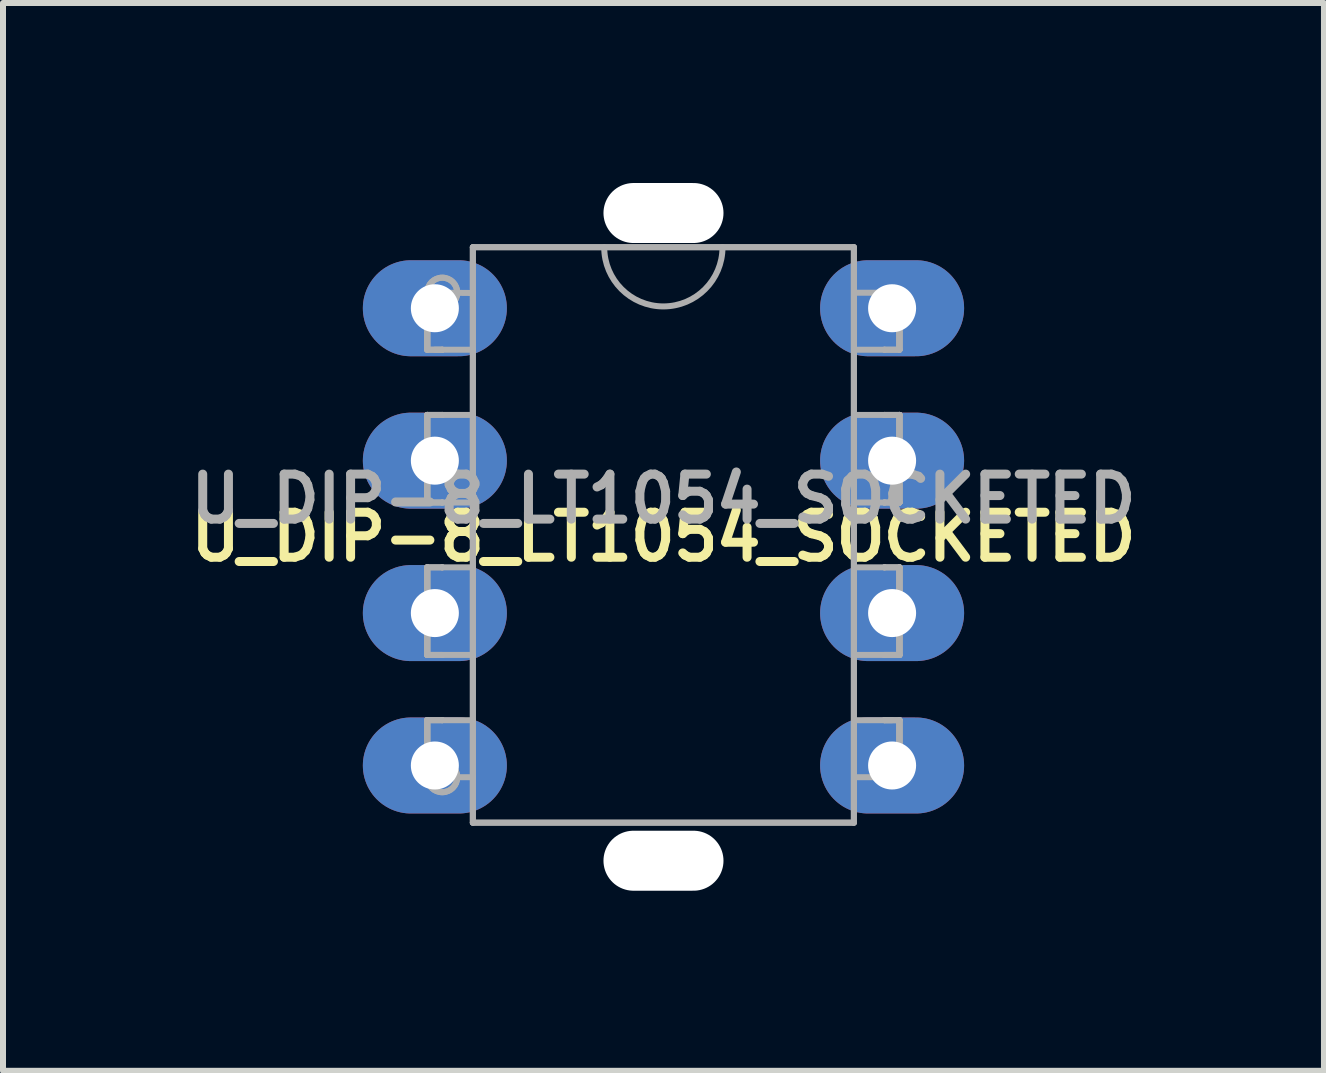
<source format=kicad_pcb>
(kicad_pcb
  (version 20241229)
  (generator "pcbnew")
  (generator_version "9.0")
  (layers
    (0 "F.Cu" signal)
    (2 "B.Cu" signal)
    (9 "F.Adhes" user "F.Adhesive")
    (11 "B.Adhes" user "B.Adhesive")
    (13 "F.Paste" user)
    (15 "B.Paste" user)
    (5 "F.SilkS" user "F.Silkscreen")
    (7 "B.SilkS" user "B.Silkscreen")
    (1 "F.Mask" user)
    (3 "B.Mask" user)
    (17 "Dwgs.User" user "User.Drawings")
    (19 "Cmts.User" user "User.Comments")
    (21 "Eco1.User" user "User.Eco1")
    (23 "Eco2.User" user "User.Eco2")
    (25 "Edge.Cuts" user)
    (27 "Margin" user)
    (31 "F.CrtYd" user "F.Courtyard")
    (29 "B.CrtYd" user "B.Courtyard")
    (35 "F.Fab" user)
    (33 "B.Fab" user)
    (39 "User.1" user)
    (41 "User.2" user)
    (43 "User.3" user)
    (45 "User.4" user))
  (footprint "U_DIP-8_LT1054_SOCKETED"
    (layer "F.Cu")
    (at 8.007 5.897)
    (property "Reference" "U_DIP-8_LT1054_SOCKETED" (at 0 0 0) (layer "F.SilkS") (effects (font (size 0.75 0.75) (thickness 0.15))))
    (attr through_hole)
    (fp_line (start -3.937 -4.069) (end -3.937 -4.069) (stroke (width 0.1) (type solid)) (layer "F.Fab"))
    (fp_line (start -3.937 -4.069) (end -3.937 -4.069) (stroke (width 0.1) (type solid)) (layer "F.Fab"))
    (fp_line (start -3.937 -4.069) (end -3.937 -3.956) (stroke (width 0.1) (type solid)) (layer "F.Fab"))
    (fp_line (start -3.937 -4.069) (end -3.937 -3.956) (stroke (width 0.1) (type solid)) (layer "F.Fab"))
    (fp_line (start -3.937 -4.069) (end -3.937 -3.119) (stroke (width 0.1) (type solid)) (layer "F.Fab"))
    (fp_line (start -3.937 -4.069) (end -3.937 -3.119) (stroke (width 0.1) (type solid)) (layer "F.Fab"))
    (fp_line (start -3.937 -3.956) (end -3.937 -3.728) (stroke (width 0.1) (type solid)) (layer "F.Fab"))
    (fp_line (start -3.937 -3.956) (end -3.937 -3.728) (stroke (width 0.1) (type solid)) (layer "F.Fab"))
    (fp_line (start -3.937 -3.728) (end -3.937 -3.615) (stroke (width 0.1) (type solid)) (layer "F.Fab"))
    (fp_line (start -3.937 -3.728) (end -3.937 -3.615) (stroke (width 0.1) (type solid)) (layer "F.Fab"))
    (fp_line (start -3.937 -3.615) (end -3.937 -3.615) (stroke (width 0.1) (type solid)) (layer "F.Fab"))
    (fp_line (start -3.937 -3.615) (end -3.937 -3.615) (stroke (width 0.1) (type solid)) (layer "F.Fab"))
    (fp_line (start -3.937 -3.615) (end -3.937 -3.119) (stroke (width 0.1) (type solid)) (layer "F.Fab"))
    (fp_line (start -3.937 -3.615) (end -3.937 -3.119) (stroke (width 0.1) (type solid)) (layer "F.Fab"))
    (fp_line (start -3.937 -3.119) (end -3.937 -3.119) (stroke (width 0.1) (type solid)) (layer "F.Fab"))
    (fp_line (start -3.937 -3.119) (end -3.937 -3.119) (stroke (width 0.1) (type solid)) (layer "F.Fab"))
    (fp_line (start -3.937 -2.032) (end -3.937 -2.032) (stroke (width 0.1) (type solid)) (layer "F.Fab"))
    (fp_line (start -3.937 -2.032) (end -3.937 -2.032) (stroke (width 0.1) (type solid)) (layer "F.Fab"))
    (fp_line (start -3.937 -2.032) (end -3.937 -0.572) (stroke (width 0.1) (type solid)) (layer "F.Fab"))
    (fp_line (start -3.937 -2.032) (end -3.937 -0.572) (stroke (width 0.1) (type solid)) (layer "F.Fab"))
    (fp_line (start -3.937 -1.53) (end -3.937 -2.032) (stroke (width 0.1) (type solid)) (layer "F.Fab"))
    (fp_line (start -3.937 -1.53) (end -3.937 -2.032) (stroke (width 0.1) (type solid)) (layer "F.Fab"))
    (fp_line (start -3.937 -1.53) (end -3.937 -1.53) (stroke (width 0.1) (type solid)) (layer "F.Fab"))
    (fp_line (start -3.937 -1.53) (end -3.937 -1.53) (stroke (width 0.1) (type solid)) (layer "F.Fab"))
    (fp_line (start -3.937 -1.53) (end -3.937 -1.416) (stroke (width 0.1) (type solid)) (layer "F.Fab"))
    (fp_line (start -3.937 -1.53) (end -3.937 -1.416) (stroke (width 0.1) (type solid)) (layer "F.Fab"))
    (fp_line (start -3.937 -1.416) (end -3.937 -1.188) (stroke (width 0.1) (type solid)) (layer "F.Fab"))
    (fp_line (start -3.937 -1.416) (end -3.937 -1.188) (stroke (width 0.1) (type solid)) (layer "F.Fab"))
    (fp_line (start -3.937 -1.188) (end -3.937 -1.075) (stroke (width 0.1) (type solid)) (layer "F.Fab"))
    (fp_line (start -3.937 -1.188) (end -3.937 -1.075) (stroke (width 0.1) (type solid)) (layer "F.Fab"))
    (fp_line (start -3.937 -1.075) (end -3.937 -1.075) (stroke (width 0.1) (type solid)) (layer "F.Fab"))
    (fp_line (start -3.937 -1.075) (end -3.937 -1.075) (stroke (width 0.1) (type solid)) (layer "F.Fab"))
    (fp_line (start -3.937 -1.075) (end -3.937 -0.572) (stroke (width 0.1) (type solid)) (layer "F.Fab"))
    (fp_line (start -3.937 -1.075) (end -3.937 -0.572) (stroke (width 0.1) (type solid)) (layer "F.Fab"))
    (fp_line (start -3.937 -0.572) (end -3.937 -0.572) (stroke (width 0.1) (type solid)) (layer "F.Fab"))
    (fp_line (start -3.937 -0.572) (end -3.937 -0.572) (stroke (width 0.1) (type solid)) (layer "F.Fab"))
    (fp_line (start -3.937 0.508) (end -3.937 0.508) (stroke (width 0.1) (type solid)) (layer "F.Fab"))
    (fp_line (start -3.937 0.508) (end -3.937 0.508) (stroke (width 0.1) (type solid)) (layer "F.Fab"))
    (fp_line (start -3.937 0.508) (end -3.937 1.968) (stroke (width 0.1) (type solid)) (layer "F.Fab"))
    (fp_line (start -3.937 0.508) (end -3.937 1.968) (stroke (width 0.1) (type solid)) (layer "F.Fab"))
    (fp_line (start -3.937 1.01) (end -3.937 0.508) (stroke (width 0.1) (type solid)) (layer "F.Fab"))
    (fp_line (start -3.937 1.01) (end -3.937 0.508) (stroke (width 0.1) (type solid)) (layer "F.Fab"))
    (fp_line (start -3.937 1.01) (end -3.937 1.01) (stroke (width 0.1) (type solid)) (layer "F.Fab"))
    (fp_line (start -3.937 1.01) (end -3.937 1.01) (stroke (width 0.1) (type solid)) (layer "F.Fab"))
    (fp_line (start -3.937 1.01) (end -3.937 1.124) (stroke (width 0.1) (type solid)) (layer "F.Fab"))
    (fp_line (start -3.937 1.01) (end -3.937 1.124) (stroke (width 0.1) (type solid)) (layer "F.Fab"))
    (fp_line (start -3.937 1.124) (end -3.937 1.352) (stroke (width 0.1) (type solid)) (layer "F.Fab"))
    (fp_line (start -3.937 1.124) (end -3.937 1.352) (stroke (width 0.1) (type solid)) (layer "F.Fab"))
    (fp_line (start -3.937 1.352) (end -3.937 1.466) (stroke (width 0.1) (type solid)) (layer "F.Fab"))
    (fp_line (start -3.937 1.352) (end -3.937 1.466) (stroke (width 0.1) (type solid)) (layer "F.Fab"))
    (fp_line (start -3.937 1.466) (end -3.937 1.466) (stroke (width 0.1) (type solid)) (layer "F.Fab"))
    (fp_line (start -3.937 1.466) (end -3.937 1.466) (stroke (width 0.1) (type solid)) (layer "F.Fab"))
    (fp_line (start -3.937 1.466) (end -3.937 1.968) (stroke (width 0.1) (type solid)) (layer "F.Fab"))
    (fp_line (start -3.937 1.466) (end -3.937 1.968) (stroke (width 0.1) (type solid)) (layer "F.Fab"))
    (fp_line (start -3.937 1.968) (end -3.937 1.968) (stroke (width 0.1) (type solid)) (layer "F.Fab"))
    (fp_line (start -3.937 1.968) (end -3.937 1.968) (stroke (width 0.1) (type solid)) (layer "F.Fab"))
    (fp_line (start -3.937 3.055) (end -3.937 3.055) (stroke (width 0.1) (type solid)) (layer "F.Fab"))
    (fp_line (start -3.937 3.055) (end -3.937 3.055) (stroke (width 0.1) (type solid)) (layer "F.Fab"))
    (fp_line (start -3.937 3.55) (end -3.937 3.055) (stroke (width 0.1) (type solid)) (layer "F.Fab"))
    (fp_line (start -3.937 3.55) (end -3.937 3.055) (stroke (width 0.1) (type solid)) (layer "F.Fab"))
    (fp_line (start -3.937 3.55) (end -3.937 3.55) (stroke (width 0.1) (type solid)) (layer "F.Fab"))
    (fp_line (start -3.937 3.55) (end -3.937 3.55) (stroke (width 0.1) (type solid)) (layer "F.Fab"))
    (fp_line (start -3.937 3.664) (end -3.937 3.55) (stroke (width 0.1) (type solid)) (layer "F.Fab"))
    (fp_line (start -3.937 3.664) (end -3.937 3.55) (stroke (width 0.1) (type solid)) (layer "F.Fab"))
    (fp_line (start -3.937 3.892) (end -3.937 3.664) (stroke (width 0.1) (type solid)) (layer "F.Fab"))
    (fp_line (start -3.937 3.892) (end -3.937 3.664) (stroke (width 0.1) (type solid)) (layer "F.Fab"))
    (fp_line (start -3.937 4.005) (end -3.937 3.055) (stroke (width 0.1) (type solid)) (layer "F.Fab"))
    (fp_line (start -3.937 4.005) (end -3.937 3.055) (stroke (width 0.1) (type solid)) (layer "F.Fab"))
    (fp_line (start -3.937 4.005) (end -3.937 3.892) (stroke (width 0.1) (type solid)) (layer "F.Fab"))
    (fp_line (start -3.937 4.005) (end -3.937 3.892) (stroke (width 0.1) (type solid)) (layer "F.Fab"))
    (fp_line (start -3.937 4.005) (end -3.937 4.005) (stroke (width 0.1) (type solid)) (layer "F.Fab"))
    (fp_line (start -3.937 4.005) (end -3.937 4.005) (stroke (width 0.1) (type solid)) (layer "F.Fab"))
    (fp_line (start -3.81 -3.119) (end -3.175 -3.119) (stroke (width 0.1) (type solid)) (layer "F.Fab"))
    (fp_line (start -3.687 -4.069) (end -3.937 -4.069) (stroke (width 0.1) (type solid)) (layer "F.Fab"))
    (fp_line (start -3.687 -4.069) (end -3.937 -4.069) (stroke (width 0.1) (type solid)) (layer "F.Fab"))
    (fp_line (start -3.687 -4.069) (end -3.175 -4.064) (stroke (width 0.1) (type solid)) (layer "F.Fab"))
    (fp_line (start -3.687 -3.119) (end -3.937 -3.119) (stroke (width 0.1) (type solid)) (layer "F.Fab"))
    (fp_line (start -3.687 -3.119) (end -3.937 -3.119) (stroke (width 0.1) (type solid)) (layer "F.Fab"))
    (fp_line (start -3.687 -3.119) (end -3.687 -3.119) (stroke (width 0.1) (type solid)) (layer "F.Fab"))
    (fp_line (start -3.687 -3.119) (end -3.687 -3.119) (stroke (width 0.1) (type solid)) (layer "F.Fab"))
    (fp_line (start -3.687 -2.032) (end -3.937 -2.032) (stroke (width 0.1) (type solid)) (layer "F.Fab"))
    (fp_line (start -3.687 -2.032) (end -3.937 -2.032) (stroke (width 0.1) (type solid)) (layer "F.Fab"))
    (fp_line (start -3.687 -2.032) (end -3.687 -2.032) (stroke (width 0.1) (type solid)) (layer "F.Fab"))
    (fp_line (start -3.687 -2.032) (end -3.687 -2.032) (stroke (width 0.1) (type solid)) (layer "F.Fab"))
    (fp_line (start -3.687 -2.032) (end -3.175 -2.032) (stroke (width 0.1) (type solid)) (layer "F.Fab"))
    (fp_line (start -3.687 -0.572) (end -3.937 -0.572) (stroke (width 0.1) (type solid)) (layer "F.Fab"))
    (fp_line (start -3.687 -0.572) (end -3.937 -0.572) (stroke (width 0.1) (type solid)) (layer "F.Fab"))
    (fp_line (start -3.687 -0.572) (end -3.687 -0.572) (stroke (width 0.1) (type solid)) (layer "F.Fab"))
    (fp_line (start -3.687 -0.572) (end -3.687 -0.572) (stroke (width 0.1) (type solid)) (layer "F.Fab"))
    (fp_line (start -3.687 -0.572) (end -3.175 -0.572) (stroke (width 0.1) (type solid)) (layer "F.Fab"))
    (fp_line (start -3.687 0.508) (end -3.937 0.508) (stroke (width 0.1) (type solid)) (layer "F.Fab"))
    (fp_line (start -3.687 0.508) (end -3.937 0.508) (stroke (width 0.1) (type solid)) (layer "F.Fab"))
    (fp_line (start -3.687 0.508) (end -3.687 0.508) (stroke (width 0.1) (type solid)) (layer "F.Fab"))
    (fp_line (start -3.687 0.508) (end -3.687 0.508) (stroke (width 0.1) (type solid)) (layer "F.Fab"))
    (fp_line (start -3.687 0.508) (end -3.175 0.508) (stroke (width 0.1) (type solid)) (layer "F.Fab"))
    (fp_line (start -3.687 1.968) (end -3.937 1.968) (stroke (width 0.1) (type solid)) (layer "F.Fab"))
    (fp_line (start -3.687 1.968) (end -3.937 1.968) (stroke (width 0.1) (type solid)) (layer "F.Fab"))
    (fp_line (start -3.687 1.968) (end -3.687 1.968) (stroke (width 0.1) (type solid)) (layer "F.Fab"))
    (fp_line (start -3.687 1.968) (end -3.687 1.968) (stroke (width 0.1) (type solid)) (layer "F.Fab"))
    (fp_line (start -3.687 1.968) (end -3.175 1.968) (stroke (width 0.1) (type solid)) (layer "F.Fab"))
    (fp_line (start -3.687 3.055) (end -3.937 3.055) (stroke (width 0.1) (type solid)) (layer "F.Fab"))
    (fp_line (start -3.687 3.055) (end -3.937 3.055) (stroke (width 0.1) (type solid)) (layer "F.Fab"))
    (fp_line (start -3.687 3.055) (end -3.687 3.055) (stroke (width 0.1) (type solid)) (layer "F.Fab"))
    (fp_line (start -3.687 3.055) (end -3.687 3.055) (stroke (width 0.1) (type solid)) (layer "F.Fab"))
    (fp_line (start -3.687 3.055) (end -3.175 3.055) (stroke (width 0.1) (type solid)) (layer "F.Fab"))
    (fp_line (start -3.687 4.005) (end -3.937 4.005) (stroke (width 0.1) (type solid)) (layer "F.Fab"))
    (fp_line (start -3.687 4.005) (end -3.937 4.005) (stroke (width 0.1) (type solid)) (layer "F.Fab"))
    (fp_line (start -3.687 4.005) (end -3.687 4.005) (stroke (width 0.1) (type solid)) (layer "F.Fab"))
    (fp_line (start -3.687 4.005) (end -3.687 4.005) (stroke (width 0.1) (type solid)) (layer "F.Fab"))
    (fp_line (start -3.687 4.005) (end -3.175 4.005) (stroke (width 0.1) (type solid)) (layer "F.Fab"))
    (fp_line (start -3.177 -4.827) (end -3.177 4.763) (stroke (width 0.1) (type solid)) (layer "F.Fab"))
    (fp_line (start -3.177 -4.827) (end -3.177 4.763) (stroke (width 0.1) (type solid)) (layer "F.Fab"))
    (fp_line (start -3.177 4.763) (end 3.173 4.763) (stroke (width 0.1) (type solid)) (layer "F.Fab"))
    (fp_line (start -3.177 4.763) (end 3.173 4.763) (stroke (width 0.1) (type solid)) (layer "F.Fab"))
    (fp_line (start 3.173 -4.827) (end -3.177 -4.827) (stroke (width 0.1) (type solid)) (layer "F.Fab"))
    (fp_line (start 3.173 -4.827) (end -3.177 -4.827) (stroke (width 0.1) (type solid)) (layer "F.Fab"))
    (fp_line (start 3.173 4.763) (end 3.173 -4.827) (stroke (width 0.1) (type solid)) (layer "F.Fab"))
    (fp_line (start 3.173 4.763) (end 3.173 -4.827) (stroke (width 0.1) (type solid)) (layer "F.Fab"))
    (fp_line (start 3.175 -3.119) (end 3.933 -3.119) (stroke (width 0.1) (type solid)) (layer "F.Fab"))
    (fp_line (start 3.175 -0.572) (end 3.683 -0.572) (stroke (width 0.1) (type solid)) (layer "F.Fab"))
    (fp_line (start 3.175 3.055) (end 3.81 3.055) (stroke (width 0.1) (type solid)) (layer "F.Fab"))
    (fp_line (start 3.683 -4.069) (end 3.683 -4.069) (stroke (width 0.1) (type solid)) (layer "F.Fab"))
    (fp_line (start 3.683 -4.069) (end 3.683 -4.069) (stroke (width 0.1) (type solid)) (layer "F.Fab"))
    (fp_line (start 3.683 -4.069) (end 3.933 -4.069) (stroke (width 0.1) (type solid)) (layer "F.Fab"))
    (fp_line (start 3.683 -4.069) (end 3.933 -4.069) (stroke (width 0.1) (type solid)) (layer "F.Fab"))
    (fp_line (start 3.683 -3.119) (end 3.683 -3.119) (stroke (width 0.1) (type solid)) (layer "F.Fab"))
    (fp_line (start 3.683 -3.119) (end 3.683 -3.119) (stroke (width 0.1) (type solid)) (layer "F.Fab"))
    (fp_line (start 3.683 -3.119) (end 3.933 -3.119) (stroke (width 0.1) (type solid)) (layer "F.Fab"))
    (fp_line (start 3.683 -2.032) (end 3.175 -2.032) (stroke (width 0.1) (type solid)) (layer "F.Fab"))
    (fp_line (start 3.683 -2.032) (end 3.683 -2.032) (stroke (width 0.1) (type solid)) (layer "F.Fab"))
    (fp_line (start 3.683 -2.032) (end 3.683 -2.032) (stroke (width 0.1) (type solid)) (layer "F.Fab"))
    (fp_line (start 3.683 -2.032) (end 3.933 -2.032) (stroke (width 0.1) (type solid)) (layer "F.Fab"))
    (fp_line (start 3.683 -2.032) (end 3.933 -2.032) (stroke (width 0.1) (type solid)) (layer "F.Fab"))
    (fp_line (start 3.683 -0.572) (end 3.683 -0.572) (stroke (width 0.1) (type solid)) (layer "F.Fab"))
    (fp_line (start 3.683 -0.572) (end 3.683 -0.572) (stroke (width 0.1) (type solid)) (layer "F.Fab"))
    (fp_line (start 3.683 -0.572) (end 3.933 -0.572) (stroke (width 0.1) (type solid)) (layer "F.Fab"))
    (fp_line (start 3.683 -0.572) (end 3.933 -0.572) (stroke (width 0.1) (type solid)) (layer "F.Fab"))
    (fp_line (start 3.683 0.508) (end 3.175 0.508) (stroke (width 0.1) (type solid)) (layer "F.Fab"))
    (fp_line (start 3.683 0.508) (end 3.683 0.508) (stroke (width 0.1) (type solid)) (layer "F.Fab"))
    (fp_line (start 3.683 0.508) (end 3.683 0.508) (stroke (width 0.1) (type solid)) (layer "F.Fab"))
    (fp_line (start 3.683 0.508) (end 3.933 0.508) (stroke (width 0.1) (type solid)) (layer "F.Fab"))
    (fp_line (start 3.683 0.508) (end 3.933 0.508) (stroke (width 0.1) (type solid)) (layer "F.Fab"))
    (fp_line (start 3.683 1.968) (end 3.175 1.968) (stroke (width 0.1) (type solid)) (layer "F.Fab"))
    (fp_line (start 3.683 1.968) (end 3.683 1.968) (stroke (width 0.1) (type solid)) (layer "F.Fab"))
    (fp_line (start 3.683 1.968) (end 3.683 1.968) (stroke (width 0.1) (type solid)) (layer "F.Fab"))
    (fp_line (start 3.683 1.968) (end 3.933 1.968) (stroke (width 0.1) (type solid)) (layer "F.Fab"))
    (fp_line (start 3.683 1.968) (end 3.933 1.968) (stroke (width 0.1) (type solid)) (layer "F.Fab"))
    (fp_line (start 3.683 3.055) (end 3.683 3.055) (stroke (width 0.1) (type solid)) (layer "F.Fab"))
    (fp_line (start 3.683 3.055) (end 3.683 3.055) (stroke (width 0.1) (type solid)) (layer "F.Fab"))
    (fp_line (start 3.683 3.055) (end 3.933 3.055) (stroke (width 0.1) (type solid)) (layer "F.Fab"))
    (fp_line (start 3.683 3.055) (end 3.933 3.055) (stroke (width 0.1) (type solid)) (layer "F.Fab"))
    (fp_line (start 3.683 4.005) (end 3.175 4.005) (stroke (width 0.1) (type solid)) (layer "F.Fab"))
    (fp_line (start 3.683 4.005) (end 3.683 4.005) (stroke (width 0.1) (type solid)) (layer "F.Fab"))
    (fp_line (start 3.683 4.005) (end 3.683 4.005) (stroke (width 0.1) (type solid)) (layer "F.Fab"))
    (fp_line (start 3.683 4.005) (end 3.933 4.005) (stroke (width 0.1) (type solid)) (layer "F.Fab"))
    (fp_line (start 3.683 4.005) (end 3.933 4.005) (stroke (width 0.1) (type solid)) (layer "F.Fab"))
    (fp_line (start 3.81 -4.069) (end 3.175 -4.069) (stroke (width 0.1) (type solid)) (layer "F.Fab"))
    (fp_line (start 3.933 -4.069) (end 3.933 -4.069) (stroke (width 0.1) (type solid)) (layer "F.Fab"))
    (fp_line (start 3.933 -4.069) (end 3.933 -4.069) (stroke (width 0.1) (type solid)) (layer "F.Fab"))
    (fp_line (start 3.933 -4.069) (end 3.933 -3.956) (stroke (width 0.1) (type solid)) (layer "F.Fab"))
    (fp_line (start 3.933 -4.069) (end 3.933 -3.956) (stroke (width 0.1) (type solid)) (layer "F.Fab"))
    (fp_line (start 3.933 -4.069) (end 3.933 -3.119) (stroke (width 0.1) (type solid)) (layer "F.Fab"))
    (fp_line (start 3.933 -4.069) (end 3.933 -3.119) (stroke (width 0.1) (type solid)) (layer "F.Fab"))
    (fp_line (start 3.933 -3.956) (end 3.933 -3.728) (stroke (width 0.1) (type solid)) (layer "F.Fab"))
    (fp_line (start 3.933 -3.956) (end 3.933 -3.728) (stroke (width 0.1) (type solid)) (layer "F.Fab"))
    (fp_line (start 3.933 -3.728) (end 3.933 -3.615) (stroke (width 0.1) (type solid)) (layer "F.Fab"))
    (fp_line (start 3.933 -3.728) (end 3.933 -3.615) (stroke (width 0.1) (type solid)) (layer "F.Fab"))
    (fp_line (start 3.933 -3.615) (end 3.933 -3.615) (stroke (width 0.1) (type solid)) (layer "F.Fab"))
    (fp_line (start 3.933 -3.615) (end 3.933 -3.615) (stroke (width 0.1) (type solid)) (layer "F.Fab"))
    (fp_line (start 3.933 -3.615) (end 3.933 -3.119) (stroke (width 0.1) (type solid)) (layer "F.Fab"))
    (fp_line (start 3.933 -3.615) (end 3.933 -3.119) (stroke (width 0.1) (type solid)) (layer "F.Fab"))
    (fp_line (start 3.933 -3.119) (end 3.933 -3.119) (stroke (width 0.1) (type solid)) (layer "F.Fab"))
    (fp_line (start 3.933 -3.119) (end 3.933 -3.119) (stroke (width 0.1) (type solid)) (layer "F.Fab"))
    (fp_line (start 3.933 -2.032) (end 3.933 -2.032) (stroke (width 0.1) (type solid)) (layer "F.Fab"))
    (fp_line (start 3.933 -2.032) (end 3.933 -2.032) (stroke (width 0.1) (type solid)) (layer "F.Fab"))
    (fp_line (start 3.933 -1.53) (end 3.933 -2.032) (stroke (width 0.1) (type solid)) (layer "F.Fab"))
    (fp_line (start 3.933 -1.53) (end 3.933 -2.032) (stroke (width 0.1) (type solid)) (layer "F.Fab"))
    (fp_line (start 3.933 -1.53) (end 3.933 -1.53) (stroke (width 0.1) (type solid)) (layer "F.Fab"))
    (fp_line (start 3.933 -1.53) (end 3.933 -1.53) (stroke (width 0.1) (type solid)) (layer "F.Fab"))
    (fp_line (start 3.933 -1.416) (end 3.933 -1.53) (stroke (width 0.1) (type solid)) (layer "F.Fab"))
    (fp_line (start 3.933 -1.416) (end 3.933 -1.53) (stroke (width 0.1) (type solid)) (layer "F.Fab"))
    (fp_line (start 3.933 -1.188) (end 3.933 -1.416) (stroke (width 0.1) (type solid)) (layer "F.Fab"))
    (fp_line (start 3.933 -1.188) (end 3.933 -1.416) (stroke (width 0.1) (type solid)) (layer "F.Fab"))
    (fp_line (start 3.933 -1.075) (end 3.933 -1.188) (stroke (width 0.1) (type solid)) (layer "F.Fab"))
    (fp_line (start 3.933 -1.075) (end 3.933 -1.188) (stroke (width 0.1) (type solid)) (layer "F.Fab"))
    (fp_line (start 3.933 -1.075) (end 3.933 -1.075) (stroke (width 0.1) (type solid)) (layer "F.Fab"))
    (fp_line (start 3.933 -1.075) (end 3.933 -1.075) (stroke (width 0.1) (type solid)) (layer "F.Fab"))
    (fp_line (start 3.933 -1.075) (end 3.933 -0.572) (stroke (width 0.1) (type solid)) (layer "F.Fab"))
    (fp_line (start 3.933 -1.075) (end 3.933 -0.572) (stroke (width 0.1) (type solid)) (layer "F.Fab"))
    (fp_line (start 3.933 -0.572) (end 3.933 -2.032) (stroke (width 0.1) (type solid)) (layer "F.Fab"))
    (fp_line (start 3.933 -0.572) (end 3.933 -2.032) (stroke (width 0.1) (type solid)) (layer "F.Fab"))
    (fp_line (start 3.933 -0.572) (end 3.933 -0.572) (stroke (width 0.1) (type solid)) (layer "F.Fab"))
    (fp_line (start 3.933 -0.572) (end 3.933 -0.572) (stroke (width 0.1) (type solid)) (layer "F.Fab"))
    (fp_line (start 3.933 0.508) (end 3.933 0.508) (stroke (width 0.1) (type solid)) (layer "F.Fab"))
    (fp_line (start 3.933 0.508) (end 3.933 0.508) (stroke (width 0.1) (type solid)) (layer "F.Fab"))
    (fp_line (start 3.933 1.01) (end 3.933 0.508) (stroke (width 0.1) (type solid)) (layer "F.Fab"))
    (fp_line (start 3.933 1.01) (end 3.933 0.508) (stroke (width 0.1) (type solid)) (layer "F.Fab"))
    (fp_line (start 3.933 1.01) (end 3.933 1.01) (stroke (width 0.1) (type solid)) (layer "F.Fab"))
    (fp_line (start 3.933 1.01) (end 3.933 1.01) (stroke (width 0.1) (type solid)) (layer "F.Fab"))
    (fp_line (start 3.933 1.124) (end 3.933 1.01) (stroke (width 0.1) (type solid)) (layer "F.Fab"))
    (fp_line (start 3.933 1.124) (end 3.933 1.01) (stroke (width 0.1) (type solid)) (layer "F.Fab"))
    (fp_line (start 3.933 1.352) (end 3.933 1.124) (stroke (width 0.1) (type solid)) (layer "F.Fab"))
    (fp_line (start 3.933 1.352) (end 3.933 1.124) (stroke (width 0.1) (type solid)) (layer "F.Fab"))
    (fp_line (start 3.933 1.466) (end 3.933 1.352) (stroke (width 0.1) (type solid)) (layer "F.Fab"))
    (fp_line (start 3.933 1.466) (end 3.933 1.352) (stroke (width 0.1) (type solid)) (layer "F.Fab"))
    (fp_line (start 3.933 1.466) (end 3.933 1.466) (stroke (width 0.1) (type solid)) (layer "F.Fab"))
    (fp_line (start 3.933 1.466) (end 3.933 1.466) (stroke (width 0.1) (type solid)) (layer "F.Fab"))
    (fp_line (start 3.933 1.466) (end 3.933 1.968) (stroke (width 0.1) (type solid)) (layer "F.Fab"))
    (fp_line (start 3.933 1.466) (end 3.933 1.968) (stroke (width 0.1) (type solid)) (layer "F.Fab"))
    (fp_line (start 3.933 1.968) (end 3.933 0.508) (stroke (width 0.1) (type solid)) (layer "F.Fab"))
    (fp_line (start 3.933 1.968) (end 3.933 0.508) (stroke (width 0.1) (type solid)) (layer "F.Fab"))
    (fp_line (start 3.933 1.968) (end 3.933 1.968) (stroke (width 0.1) (type solid)) (layer "F.Fab"))
    (fp_line (start 3.933 1.968) (end 3.933 1.968) (stroke (width 0.1) (type solid)) (layer "F.Fab"))
    (fp_line (start 3.933 3.055) (end 3.933 3.055) (stroke (width 0.1) (type solid)) (layer "F.Fab"))
    (fp_line (start 3.933 3.055) (end 3.933 3.055) (stroke (width 0.1) (type solid)) (layer "F.Fab"))
    (fp_line (start 3.933 3.55) (end 3.933 3.055) (stroke (width 0.1) (type solid)) (layer "F.Fab"))
    (fp_line (start 3.933 3.55) (end 3.933 3.055) (stroke (width 0.1) (type solid)) (layer "F.Fab"))
    (fp_line (start 3.933 3.55) (end 3.933 3.55) (stroke (width 0.1) (type solid)) (layer "F.Fab"))
    (fp_line (start 3.933 3.55) (end 3.933 3.55) (stroke (width 0.1) (type solid)) (layer "F.Fab"))
    (fp_line (start 3.933 3.664) (end 3.933 3.55) (stroke (width 0.1) (type solid)) (layer "F.Fab"))
    (fp_line (start 3.933 3.664) (end 3.933 3.55) (stroke (width 0.1) (type solid)) (layer "F.Fab"))
    (fp_line (start 3.933 3.892) (end 3.933 3.664) (stroke (width 0.1) (type solid)) (layer "F.Fab"))
    (fp_line (start 3.933 3.892) (end 3.933 3.664) (stroke (width 0.1) (type solid)) (layer "F.Fab"))
    (fp_line (start 3.933 4.005) (end 3.933 3.055) (stroke (width 0.1) (type solid)) (layer "F.Fab"))
    (fp_line (start 3.933 4.005) (end 3.933 3.055) (stroke (width 0.1) (type solid)) (layer "F.Fab"))
    (fp_line (start 3.933 4.005) (end 3.933 3.892) (stroke (width 0.1) (type solid)) (layer "F.Fab"))
    (fp_line (start 3.933 4.005) (end 3.933 3.892) (stroke (width 0.1) (type solid)) (layer "F.Fab"))
    (fp_line (start 3.933 4.005) (end 3.933 4.005) (stroke (width 0.1) (type solid)) (layer "F.Fab"))
    (fp_line (start 3.933 4.005) (end 3.933 4.005) (stroke (width 0.1) (type solid)) (layer "F.Fab"))
    (fp_arc (start -3.937 -4.069499) (mid -3.437 -4.069499) (end -3.937 -4.069499) (stroke (width 0.1) (type solid)) (layer "F.Fab"))
    (fp_arc (start -3.937 -4.069499) (mid -3.437 -4.069499) (end -3.937 -4.069499) (stroke (width 0.1) (type solid)) (layer "F.Fab"))
    (fp_arc (start -3.937 4.005499) (mid -3.437 4.005499) (end -3.937 4.005499) (stroke (width 0.1) (type solid)) (layer "F.Fab"))
    (fp_arc (start -3.937 4.005499) (mid -3.437 4.005499) (end -3.937 4.005499) (stroke (width 0.1) (type solid)) (layer "F.Fab"))
    (fp_arc (start 0.983575 -4.826) (mid -0.002 -3.841424) (end -0.987575 -4.826) (stroke (width 0.1) (type solid)) (layer "F.Fab"))
    (fp_text user "${REFERENCE}" (at 0 -0.635 0) (layer "F.Fab") (effects (font (size 0.75 0.75) (thickness 0.15))))
    (pad "" connect circle (at -3.81 -3.81) (size 0.8 0.8) (layers "F.Mask"))
    (pad "" connect circle (at -3.81 -1.27) (size 0.8 0.8) (layers "F.Mask"))
    (pad "" connect circle (at -3.81 1.27) (size 0.8 0.8) (layers "F.Mask"))
    (pad "" connect circle (at -3.81 3.81) (size 0.8 0.8) (layers "F.Mask"))
    (pad "" np_thru_hole oval (at 0 -5.397 90) (size 1 2) (drill oval 1 2) (layers "*.Cu" "*.Mask"))
    (pad "" np_thru_hole oval (at 0 5.397 90) (size 1 2) (drill oval 1 2) (layers "*.Cu" "*.Mask"))
    (pad "" connect circle (at 3.81 -3.81) (size 0.8 0.8) (layers "F.Mask"))
    (pad "" connect circle (at 3.81 -1.27) (size 0.8 0.8) (layers "F.Mask"))
    (pad "" connect circle (at 3.81 1.27) (size 0.8 0.8) (layers "F.Mask"))
    (pad "" connect circle (at 3.81 3.81) (size 0.8 0.8) (layers "F.Mask"))
    (pad "1" thru_hole oval (at -3.81 -3.81) (size 2.4 1.6) (drill 0.8) (layers "B.Cu" "B.Mask"))
    (pad "2" thru_hole oval (at -3.81 -1.27) (size 2.4 1.6) (drill 0.8) (layers "B.Cu" "B.Mask"))
    (pad "3" thru_hole oval (at -3.81 1.27) (size 2.4 1.6) (drill 0.8) (layers "B.Cu" "B.Mask"))
    (pad "4" thru_hole oval (at -3.81 3.81) (size 2.4 1.6) (drill 0.8) (layers "B.Cu" "B.Mask"))
    (pad "5" thru_hole oval (at 3.81 3.81) (size 2.4 1.6) (drill 0.8) (layers "B.Cu" "B.Mask"))
    (pad "6" thru_hole oval (at 3.81 1.27) (size 2.4 1.6) (drill 0.8) (layers "B.Cu" "B.Mask"))
    (pad "7" thru_hole oval (at 3.81 -1.27) (size 2.4 1.6) (drill 0.8) (layers "B.Cu" "B.Mask"))
    (pad "8" thru_hole oval (at 3.81 -3.81) (size 2.4 1.6) (drill 0.8) (layers "B.Cu" "B.Mask")))
  (gr_rect
    (start -3 -3)
    (end 19.014 14.795)
    (stroke (width 0.1) (type default))
    (fill no)
    (layer "Edge.Cuts")))
</source>
